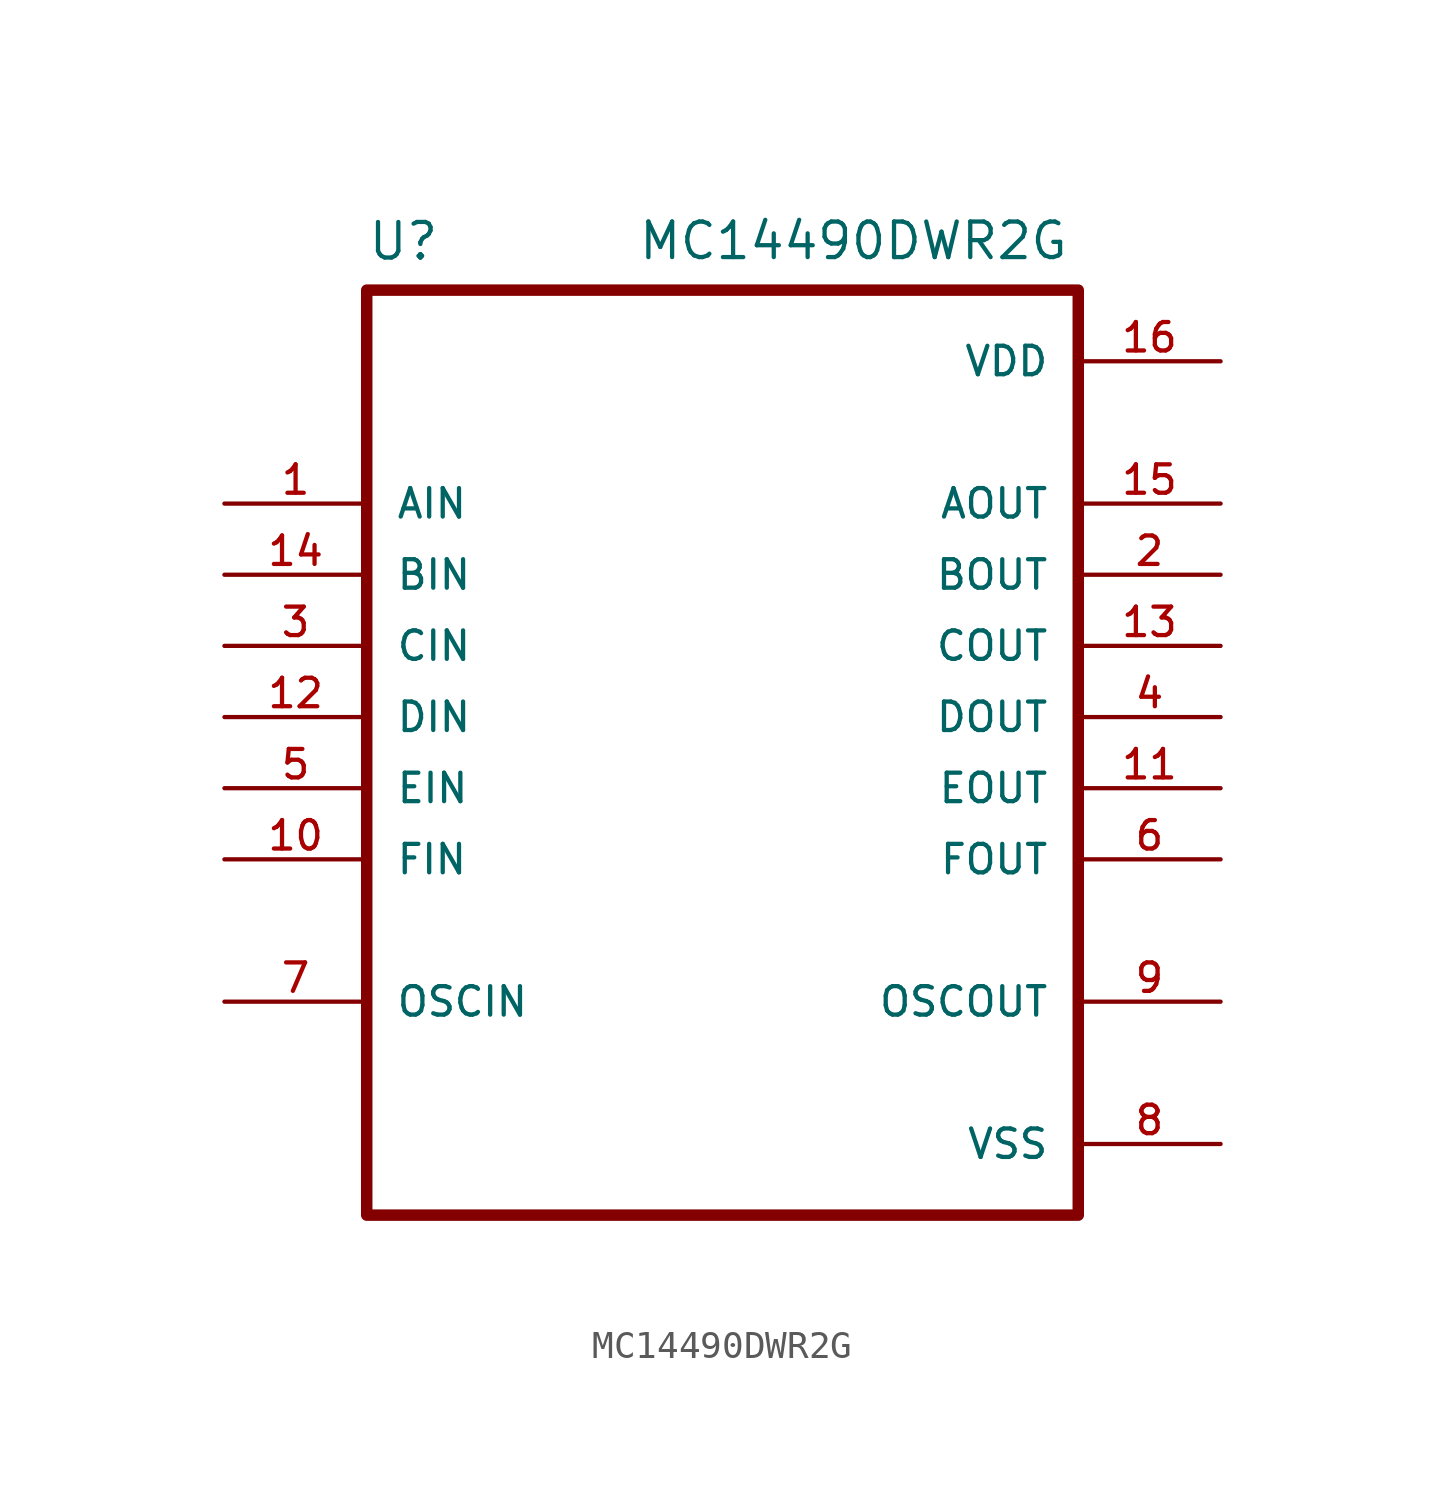
<source format=kicad_sym>
(kicad_symbol_lib
  (version 20241209)
  (generator "kicad_symbol_editor")
  (generator_version "9.0")
  (symbol "MC14490DWR2G"
    (pin_names
      (offset 1.016))
    (property "Reference" "U"
      (at -12.7 16.24 0)
      (effects (font (size 1.27 1.27)) (justify left bottom)))
    (property "Value" "MC14490DWR2G"
      (at -3.048 16.256 0)
      (effects (font (size 1.27 1.27)) (justify left bottom)))
    (symbol "MC14490DWR2G_0_0"
      (rectangle (start -12.7 15.24) (end 12.7 -17.78) (stroke (width 0.41) (type default)) (fill (type none)))
      (pin input line (at -17.78 7.62 0) (length 5.08) (name "AIN" (effects (font (size 1.016 1.016)))) (number "1" (effects (font (size 1.016 1.016)))))
      (pin input line (at -17.78 5.08 0) (length 5.08) (name "BIN" (effects (font (size 1.016 1.016)))) (number "14" (effects (font (size 1.016 1.016)))))
      (pin input line (at -17.78 2.54 0) (length 5.08) (name "CIN" (effects (font (size 1.016 1.016)))) (number "3" (effects (font (size 1.016 1.016)))))
      (pin input line (at -17.78 0 0) (length 5.08) (name "DIN" (effects (font (size 1.016 1.016)))) (number "12" (effects (font (size 1.016 1.016)))))
      (pin input line (at -17.78 -2.54 0) (length 5.08) (name "EIN" (effects (font (size 1.016 1.016)))) (number "5" (effects (font (size 1.016 1.016)))))
      (pin input line (at -17.78 -5.08 0) (length 5.08) (name "FIN" (effects (font (size 1.016 1.016)))) (number "10" (effects (font (size 1.016 1.016)))))
      (pin input line (at -17.78 -10.16 0) (length 5.08) (name "OSCIN" (effects (font (size 1.016 1.016)))) (number "7" (effects (font (size 1.016 1.016)))))
      (pin power_in line (at 17.78 12.7 180) (length 5.08) (name "VDD" (effects (font (size 1.016 1.016)))) (number "16" (effects (font (size 1.016 1.016)))))
      (pin output line (at 17.78 7.62 180) (length 5.08) (name "AOUT" (effects (font (size 1.016 1.016)))) (number "15" (effects (font (size 1.016 1.016)))))
      (pin output line (at 17.78 5.08 180) (length 5.08) (name "BOUT" (effects (font (size 1.016 1.016)))) (number "2" (effects (font (size 1.016 1.016)))))
      (pin output line (at 17.78 2.54 180) (length 5.08) (name "COUT" (effects (font (size 1.016 1.016)))) (number "13" (effects (font (size 1.016 1.016)))))
      (pin output line (at 17.78 0 180) (length 5.08) (name "DOUT" (effects (font (size 1.016 1.016)))) (number "4" (effects (font (size 1.016 1.016)))))
      (pin output line (at 17.78 -2.54 180) (length 5.08) (name "EOUT" (effects (font (size 1.016 1.016)))) (number "11" (effects (font (size 1.016 1.016)))))
      (pin output line (at 17.78 -5.08 180) (length 5.08) (name "FOUT" (effects (font (size 1.016 1.016)))) (number "6" (effects (font (size 1.016 1.016)))))
      (pin output line (at 17.78 -10.16 180) (length 5.08) (name "OSCOUT" (effects (font (size 1.016 1.016)))) (number "9" (effects (font (size 1.016 1.016)))))
      (pin power_in line (at 17.78 -15.24 180) (length 5.08) (name "VSS" (effects (font (size 1.016 1.016)))) (number "8" (effects (font (size 1.016 1.016))))))))
</source>
